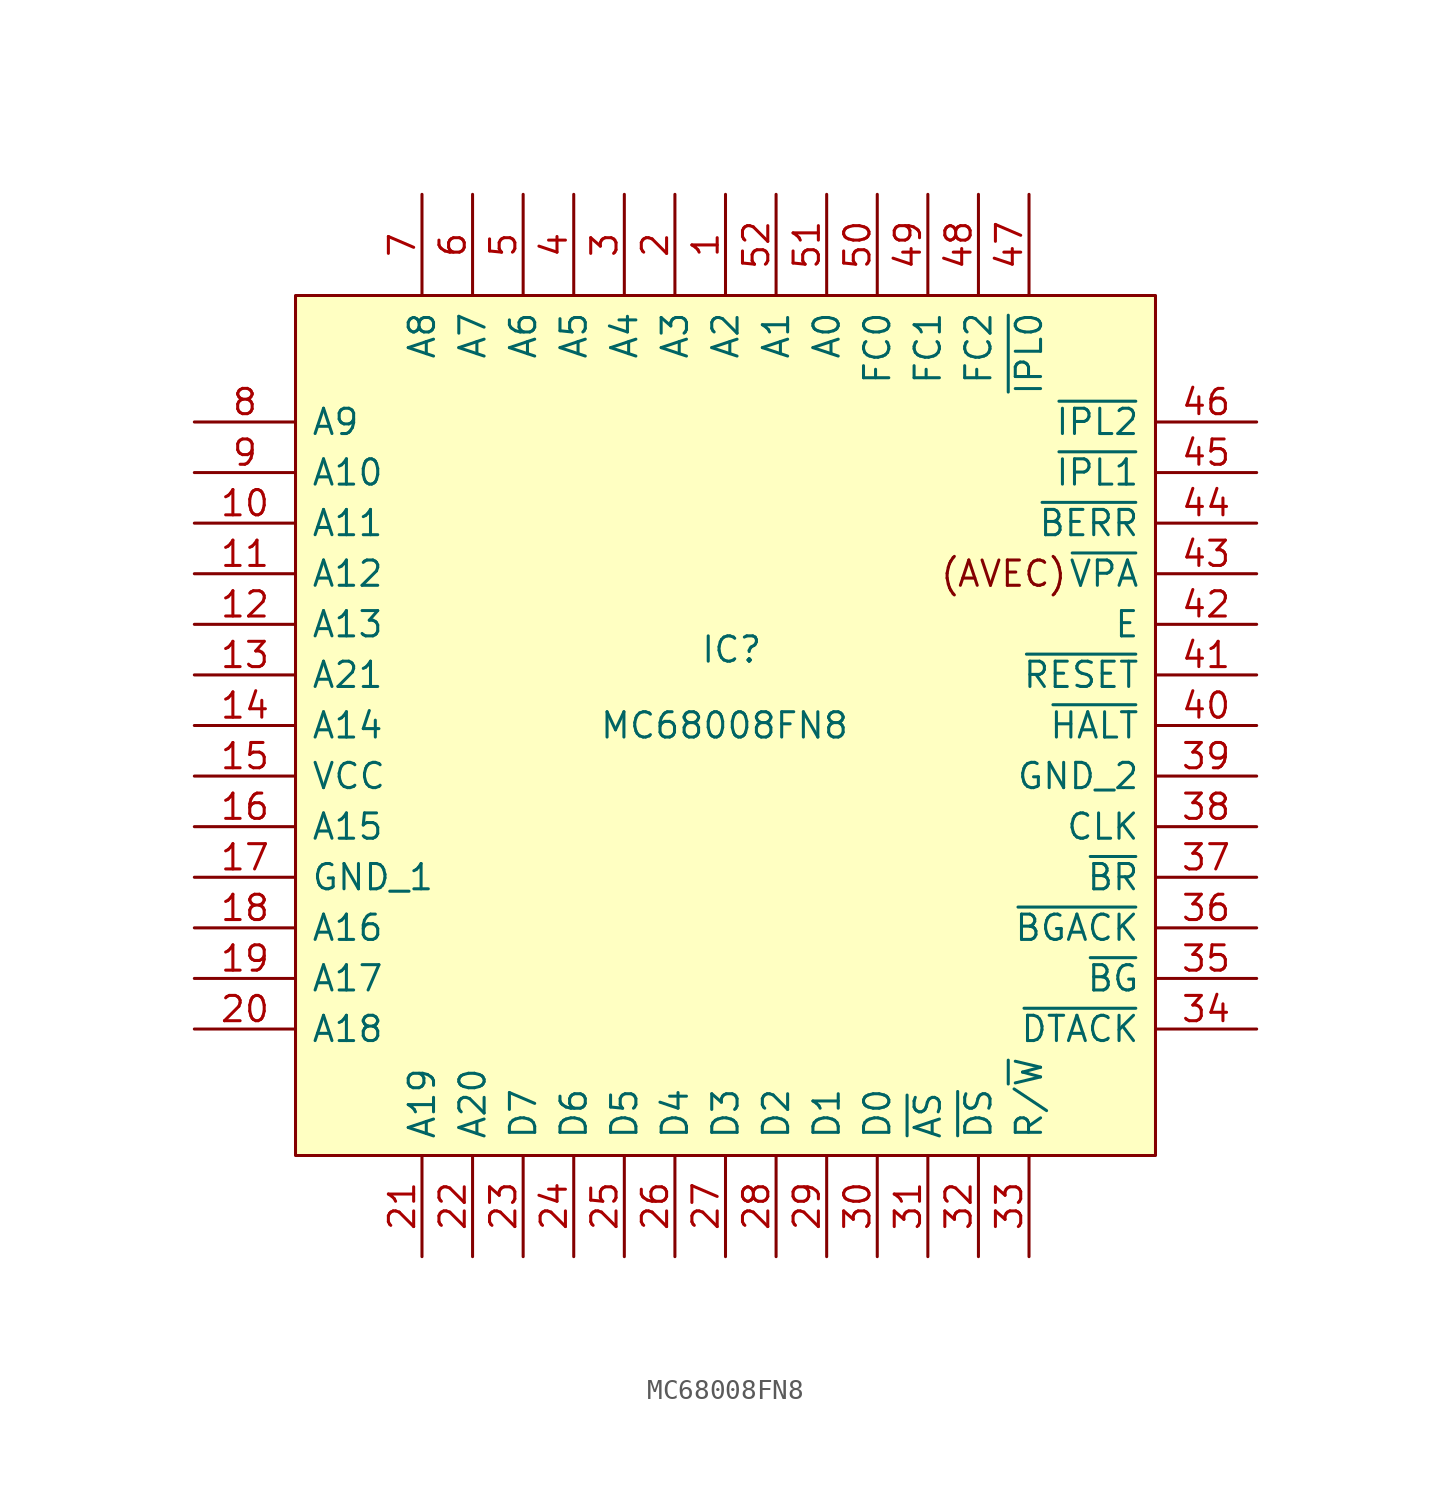
<source format=kicad_sym>
(kicad_symbol_lib
  (version 20211014)
  (generator kicad_symbol_editor)
  (symbol "MC68008FN8"
    (pin_names
      (offset 0.762))
    (property "Reference" "IC"
      (at 17.78 -11.43 0)
      (effects (font (size 1.27 1.27)) (justify left)))
    (property "Value" "MC68008FN8"
      (at 12.7 -15.24 0)
      (effects (font (size 1.27 1.27)) (justify left)))
    (symbol "MC68008FN8_0_0"
      (rectangle (start -2.54 6.35) (end 40.64 -36.83) (stroke (width 0) (type default) (color 0 0 0 0)) (fill (type background)))
      (text "(AVEC)" (at 33.02 -7.62 0) (effects (font (size 1.27 1.27))))
      (pin passive line (at 19.05 11.43 270) (length 5.08) (name "A2" (effects (font (size 1.27 1.27)))) (number "1" (effects (font (size 1.27 1.27)))))
      (pin passive line (at -7.62 -5.08 0) (length 5.08) (name "A11" (effects (font (size 1.27 1.27)))) (number "10" (effects (font (size 1.27 1.27)))))
      (pin passive line (at -7.62 -7.62 0) (length 5.08) (name "A12" (effects (font (size 1.27 1.27)))) (number "11" (effects (font (size 1.27 1.27)))))
      (pin passive line (at -7.62 -10.16 0) (length 5.08) (name "A13" (effects (font (size 1.27 1.27)))) (number "12" (effects (font (size 1.27 1.27)))))
      (pin passive line (at -7.62 -12.7 0) (length 5.08) (name "A21" (effects (font (size 1.27 1.27)))) (number "13" (effects (font (size 1.27 1.27)))))
      (pin passive line (at -7.62 -15.24 0) (length 5.08) (name "A14" (effects (font (size 1.27 1.27)))) (number "14" (effects (font (size 1.27 1.27)))))
      (pin passive line (at -7.62 -17.78 0) (length 5.08) (name "VCC" (effects (font (size 1.27 1.27)))) (number "15" (effects (font (size 1.27 1.27)))))
      (pin passive line (at -7.62 -20.32 0) (length 5.08) (name "A15" (effects (font (size 1.27 1.27)))) (number "16" (effects (font (size 1.27 1.27)))))
      (pin passive line (at -7.62 -22.86 0) (length 5.08) (name "GND_1" (effects (font (size 1.27 1.27)))) (number "17" (effects (font (size 1.27 1.27)))))
      (pin passive line (at -7.62 -25.4 0) (length 5.08) (name "A16" (effects (font (size 1.27 1.27)))) (number "18" (effects (font (size 1.27 1.27)))))
      (pin passive line (at -7.62 -27.94 0) (length 5.08) (name "A17" (effects (font (size 1.27 1.27)))) (number "19" (effects (font (size 1.27 1.27)))))
      (pin passive line (at 16.51 11.43 270) (length 5.08) (name "A3" (effects (font (size 1.27 1.27)))) (number "2" (effects (font (size 1.27 1.27)))))
      (pin passive line (at -7.62 -30.48 0) (length 5.08) (name "A18" (effects (font (size 1.27 1.27)))) (number "20" (effects (font (size 1.27 1.27)))))
      (pin passive line (at 3.81 -41.91 90) (length 5.08) (name "A19" (effects (font (size 1.27 1.27)))) (number "21" (effects (font (size 1.27 1.27)))))
      (pin passive line (at 6.35 -41.91 90) (length 5.08) (name "A20" (effects (font (size 1.27 1.27)))) (number "22" (effects (font (size 1.27 1.27)))))
      (pin passive line (at 8.89 -41.91 90) (length 5.08) (name "D7" (effects (font (size 1.27 1.27)))) (number "23" (effects (font (size 1.27 1.27)))))
      (pin passive line (at 11.43 -41.91 90) (length 5.08) (name "D6" (effects (font (size 1.27 1.27)))) (number "24" (effects (font (size 1.27 1.27)))))
      (pin passive line (at 13.97 -41.91 90) (length 5.08) (name "D5" (effects (font (size 1.27 1.27)))) (number "25" (effects (font (size 1.27 1.27)))))
      (pin passive line (at 16.51 -41.91 90) (length 5.08) (name "D4" (effects (font (size 1.27 1.27)))) (number "26" (effects (font (size 1.27 1.27)))))
      (pin passive line (at 19.05 -41.91 90) (length 5.08) (name "D3" (effects (font (size 1.27 1.27)))) (number "27" (effects (font (size 1.27 1.27)))))
      (pin passive line (at 21.59 -41.91 90) (length 5.08) (name "D2" (effects (font (size 1.27 1.27)))) (number "28" (effects (font (size 1.27 1.27)))))
      (pin passive line (at 24.13 -41.91 90) (length 5.08) (name "D1" (effects (font (size 1.27 1.27)))) (number "29" (effects (font (size 1.27 1.27)))))
      (pin passive line (at 13.97 11.43 270) (length 5.08) (name "A4" (effects (font (size 1.27 1.27)))) (number "3" (effects (font (size 1.27 1.27)))))
      (pin passive line (at 26.67 -41.91 90) (length 5.08) (name "D0" (effects (font (size 1.27 1.27)))) (number "30" (effects (font (size 1.27 1.27)))))
      (pin passive line (at 29.21 -41.91 90) (length 5.08) (name "~{AS}" (effects (font (size 1.27 1.27)))) (number "31" (effects (font (size 1.27 1.27)))))
      (pin passive line (at 31.75 -41.91 90) (length 5.08) (name "~{DS}" (effects (font (size 1.27 1.27)))) (number "32" (effects (font (size 1.27 1.27)))))
      (pin passive line (at 34.29 -41.91 90) (length 5.08) (name "R/~{W}" (effects (font (size 1.27 1.27)))) (number "33" (effects (font (size 1.27 1.27)))))
      (pin passive line (at 45.72 -30.48 180) (length 5.08) (name "~{DTACK}" (effects (font (size 1.27 1.27)))) (number "34" (effects (font (size 1.27 1.27)))))
      (pin passive line (at 45.72 -27.94 180) (length 5.08) (name "~{BG}" (effects (font (size 1.27 1.27)))) (number "35" (effects (font (size 1.27 1.27)))))
      (pin passive line (at 45.72 -25.4 180) (length 5.08) (name "~{BGACK}" (effects (font (size 1.27 1.27)))) (number "36" (effects (font (size 1.27 1.27)))))
      (pin passive line (at 45.72 -22.86 180) (length 5.08) (name "~{BR}" (effects (font (size 1.27 1.27)))) (number "37" (effects (font (size 1.27 1.27)))))
      (pin passive line (at 45.72 -20.32 180) (length 5.08) (name "CLK" (effects (font (size 1.27 1.27)))) (number "38" (effects (font (size 1.27 1.27)))))
      (pin passive line (at 45.72 -17.78 180) (length 5.08) (name "GND_2" (effects (font (size 1.27 1.27)))) (number "39" (effects (font (size 1.27 1.27)))))
      (pin passive line (at 11.43 11.43 270) (length 5.08) (name "A5" (effects (font (size 1.27 1.27)))) (number "4" (effects (font (size 1.27 1.27)))))
      (pin passive line (at 45.72 -15.24 180) (length 5.08) (name "~{HALT}" (effects (font (size 1.27 1.27)))) (number "40" (effects (font (size 1.27 1.27)))))
      (pin passive line (at 45.72 -12.7 180) (length 5.08) (name "~{RESET}" (effects (font (size 1.27 1.27)))) (number "41" (effects (font (size 1.27 1.27)))))
      (pin passive line (at 45.72 -10.16 180) (length 5.08) (name "E" (effects (font (size 1.27 1.27)))) (number "42" (effects (font (size 1.27 1.27)))))
      (pin passive line (at 45.72 -7.62 180) (length 5.08) (name "~{VPA}" (effects (font (size 1.27 1.27)))) (number "43" (effects (font (size 1.27 1.27)))))
      (pin passive line (at 45.72 -5.08 180) (length 5.08) (name "~{BERR}" (effects (font (size 1.27 1.27)))) (number "44" (effects (font (size 1.27 1.27)))))
      (pin passive line (at 45.72 -2.54 180) (length 5.08) (name "~{IPL1}" (effects (font (size 1.27 1.27)))) (number "45" (effects (font (size 1.27 1.27)))))
      (pin passive line (at 45.72 0 180) (length 5.08) (name "~{IPL2}" (effects (font (size 1.27 1.27)))) (number "46" (effects (font (size 1.27 1.27)))))
      (pin passive line (at 34.29 11.43 270) (length 5.08) (name "~{IPL0}" (effects (font (size 1.27 1.27)))) (number "47" (effects (font (size 1.27 1.27)))))
      (pin passive line (at 31.75 11.43 270) (length 5.08) (name "FC2" (effects (font (size 1.27 1.27)))) (number "48" (effects (font (size 1.27 1.27)))))
      (pin passive line (at 29.21 11.43 270) (length 5.08) (name "FC1" (effects (font (size 1.27 1.27)))) (number "49" (effects (font (size 1.27 1.27)))))
      (pin passive line (at 8.89 11.43 270) (length 5.08) (name "A6" (effects (font (size 1.27 1.27)))) (number "5" (effects (font (size 1.27 1.27)))))
      (pin passive line (at 26.67 11.43 270) (length 5.08) (name "FC0" (effects (font (size 1.27 1.27)))) (number "50" (effects (font (size 1.27 1.27)))))
      (pin passive line (at 24.13 11.43 270) (length 5.08) (name "A0" (effects (font (size 1.27 1.27)))) (number "51" (effects (font (size 1.27 1.27)))))
      (pin passive line (at 21.59 11.43 270) (length 5.08) (name "A1" (effects (font (size 1.27 1.27)))) (number "52" (effects (font (size 1.27 1.27)))))
      (pin passive line (at 6.35 11.43 270) (length 5.08) (name "A7" (effects (font (size 1.27 1.27)))) (number "6" (effects (font (size 1.27 1.27)))))
      (pin passive line (at 3.81 11.43 270) (length 5.08) (name "A8" (effects (font (size 1.27 1.27)))) (number "7" (effects (font (size 1.27 1.27)))))
      (pin passive line (at -7.62 0 0) (length 5.08) (name "A9" (effects (font (size 1.27 1.27)))) (number "8" (effects (font (size 1.27 1.27)))))
      (pin passive line (at -7.62 -2.54 0) (length 5.08) (name "A10" (effects (font (size 1.27 1.27)))) (number "9" (effects (font (size 1.27 1.27))))))))
</source>
